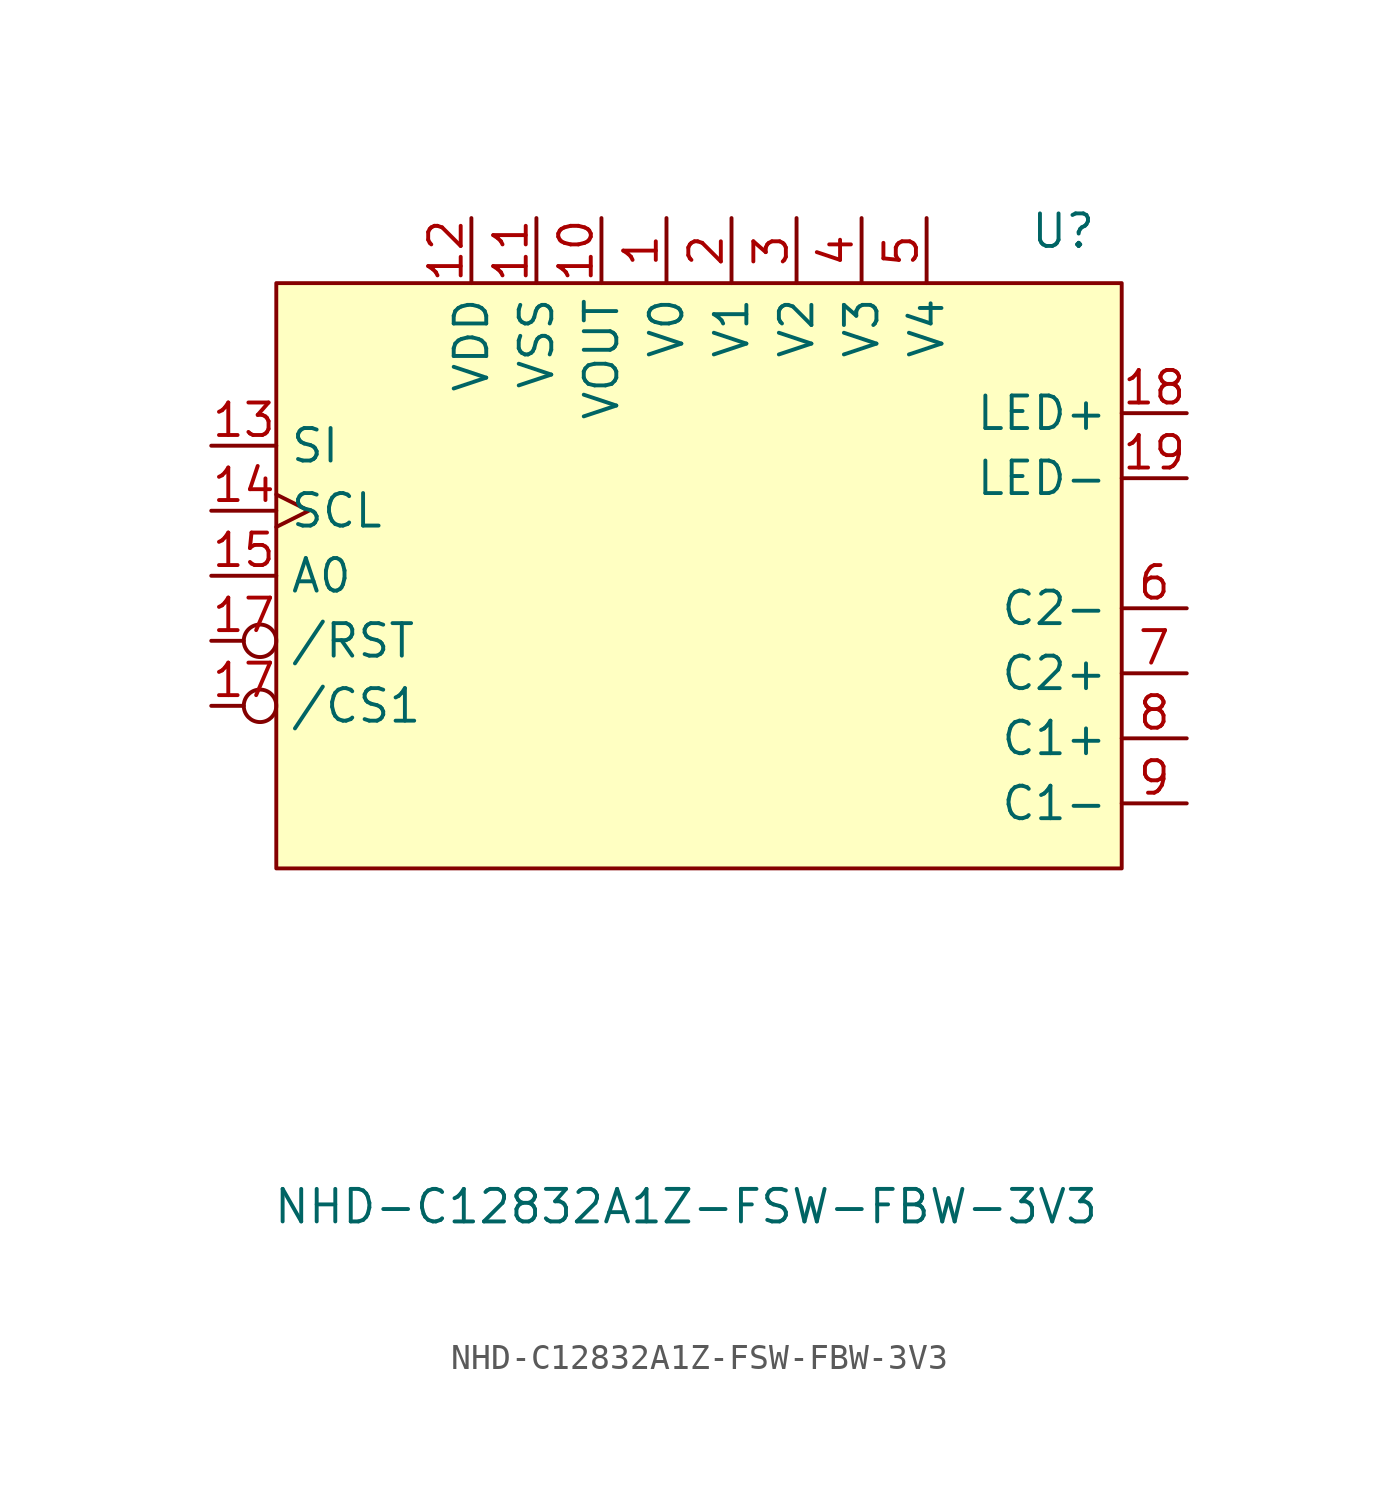
<source format=kicad_sym>
(kicad_symbol_lib
  (version 20231120)
  (generator "kicad_symbol_editor")
  (generator_version "8.0")
  (symbol "NHD-C12832A1Z-FSW-FBW-3V3"
    (property "Reference" "U"
      (at 14.224 10.922 0)
      (effects (font (size 1.27 1.27))))
    (property "Value" "NHD-C12832A1Z-FSW-FBW-3V3"
      (at -0.508 -27.178 0)
      (effects (font (size 1.27 1.27))))
    (symbol "NHD-C12832A1Z-FSW-FBW-3V3_0_0"
      (pin power_in line (at -1.27 11.43 270) (length 2.54) (name "V0" (effects (font (size 1.27 1.27)))) (number "1" (effects (font (size 1.27 1.27)))))
      (pin power_in line (at -3.81 11.43 270) (length 2.54) (name "VOUT" (effects (font (size 1.27 1.27)))) (number "10" (effects (font (size 1.27 1.27)))))
      (pin power_in line (at -6.35 11.43 270) (length 2.54) (name "VSS" (effects (font (size 1.27 1.27)))) (number "11" (effects (font (size 1.27 1.27)))))
      (pin power_in line (at -8.89 11.43 270) (length 2.54) (name "VDD" (effects (font (size 1.27 1.27)))) (number "12" (effects (font (size 1.27 1.27)))))
      (pin input line (at -19.05 2.54 0) (length 2.54) (name "SI" (effects (font (size 1.27 1.27)))) (number "13" (effects (font (size 1.27 1.27)))))
      (pin input clock (at -19.05 0 0) (length 2.54) (name "SCL" (effects (font (size 1.27 1.27)))) (number "14" (effects (font (size 1.27 1.27)))))
      (pin input line (at -19.05 -2.54 0) (length 2.54) (name "A0" (effects (font (size 1.27 1.27)))) (number "15" (effects (font (size 1.27 1.27)))))
      (pin input inverted (at -19.05 -7.62 0) (length 2.54) (name "/CS1" (effects (font (size 1.27 1.27)))) (number "17" (effects (font (size 1.27 1.27)))))
      (pin input inverted (at -19.05 -5.08 0) (length 2.54) (name "/RST" (effects (font (size 1.27 1.27)))) (number "17" (effects (font (size 1.27 1.27)))))
      (pin power_in line (at 19.05 3.81 180) (length 2.54) (name "LED+" (effects (font (size 1.27 1.27)))) (number "18" (effects (font (size 1.27 1.27)))))
      (pin power_in line (at 19.05 1.27 180) (length 2.54) (name "LED-" (effects (font (size 1.27 1.27)))) (number "19" (effects (font (size 1.27 1.27)))))
      (pin power_in line (at 1.27 11.43 270) (length 2.54) (name "V1" (effects (font (size 1.27 1.27)))) (number "2" (effects (font (size 1.27 1.27)))))
      (pin power_in line (at 3.81 11.43 270) (length 2.54) (name "V2" (effects (font (size 1.27 1.27)))) (number "3" (effects (font (size 1.27 1.27)))))
      (pin power_in line (at 6.35 11.43 270) (length 2.54) (name "V3" (effects (font (size 1.27 1.27)))) (number "4" (effects (font (size 1.27 1.27)))))
      (pin power_in line (at 8.89 11.43 270) (length 2.54) (name "V4" (effects (font (size 1.27 1.27)))) (number "5" (effects (font (size 1.27 1.27)))))
      (pin power_in line (at 19.05 -3.81 180) (length 2.54) (name "C2-" (effects (font (size 1.27 1.27)))) (number "6" (effects (font (size 1.27 1.27)))))
      (pin power_in line (at 19.05 -6.35 180) (length 2.54) (name "C2+" (effects (font (size 1.27 1.27)))) (number "7" (effects (font (size 1.27 1.27)))))
      (pin power_in line (at 19.05 -8.89 180) (length 2.54) (name "C1+" (effects (font (size 1.27 1.27)))) (number "8" (effects (font (size 1.27 1.27)))))
      (pin power_in line (at 19.05 -11.43 180) (length 2.54) (name "C1-" (effects (font (size 1.27 1.27)))) (number "9" (effects (font (size 1.27 1.27))))))
    (symbol "NHD-C12832A1Z-FSW-FBW-3V3_1_1"
      (rectangle (start -16.51 8.89) (end 16.51 -13.97) (stroke (width 0) (type default)) (fill (type background))))))
</source>
